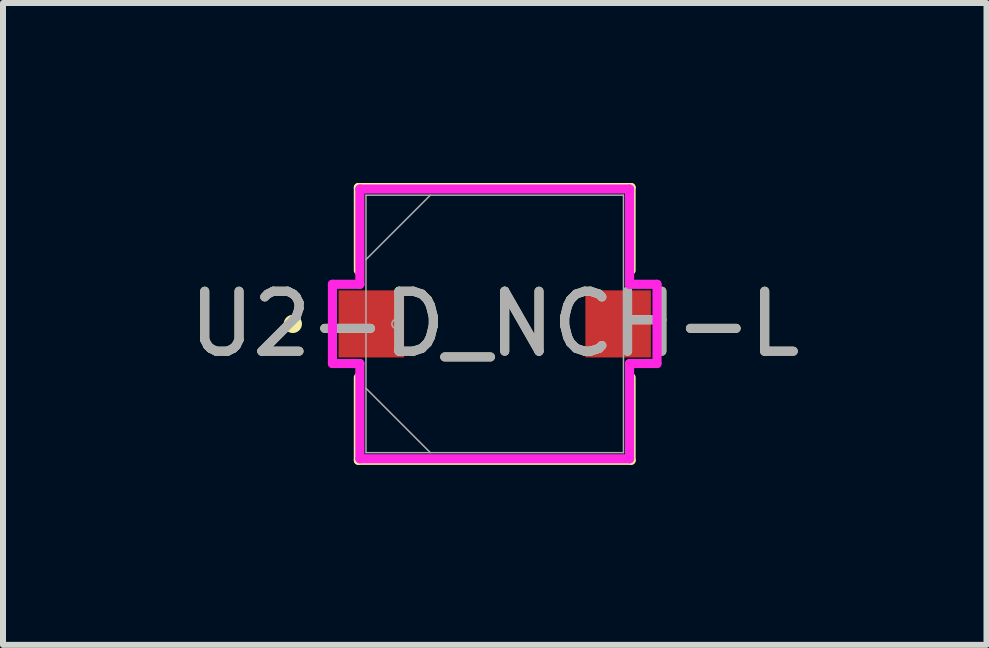
<source format=kicad_pcb>
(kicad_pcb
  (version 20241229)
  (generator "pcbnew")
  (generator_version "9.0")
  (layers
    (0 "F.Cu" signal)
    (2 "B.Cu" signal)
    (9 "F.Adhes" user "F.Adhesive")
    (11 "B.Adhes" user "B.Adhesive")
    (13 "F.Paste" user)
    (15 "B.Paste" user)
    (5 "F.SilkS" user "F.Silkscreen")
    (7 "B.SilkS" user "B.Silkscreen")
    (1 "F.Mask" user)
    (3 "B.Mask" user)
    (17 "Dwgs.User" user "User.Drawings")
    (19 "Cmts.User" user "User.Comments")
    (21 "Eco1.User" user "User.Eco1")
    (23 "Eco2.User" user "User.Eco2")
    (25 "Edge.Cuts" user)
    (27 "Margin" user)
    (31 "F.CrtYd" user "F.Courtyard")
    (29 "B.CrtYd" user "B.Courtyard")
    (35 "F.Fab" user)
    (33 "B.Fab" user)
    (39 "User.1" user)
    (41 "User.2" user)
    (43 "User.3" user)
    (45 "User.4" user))
  (footprint "U2-D_NCH-L"
    (layer "F.Cu")
    (at 5.196 2.349)
    (property "Reference" "U2-D_NCH-L" (at 0 0 0) (unlocked yes) (layer "F.SilkS") (effects (font (size 1 1) (thickness 0.15))))
    (attr smd)
    (fp_line (start -2.273 -2.273) (end -2.273 -0.892) (stroke (width 0.152) (type solid)) (layer "F.SilkS"))
    (fp_line (start -2.273 0.892) (end -2.273 2.273) (stroke (width 0.152) (type solid)) (layer "F.SilkS"))
    (fp_line (start -2.273 2.273) (end 2.273 2.273) (stroke (width 0.152) (type solid)) (layer "F.SilkS"))
    (fp_line (start 2.273 -2.273) (end -2.273 -2.273) (stroke (width 0.152) (type solid)) (layer "F.SilkS"))
    (fp_line (start 2.273 -0.892) (end 2.273 -2.273) (stroke (width 0.152) (type solid)) (layer "F.SilkS"))
    (fp_line (start 2.273 2.273) (end 2.273 0.892) (stroke (width 0.152) (type solid)) (layer "F.SilkS"))
    (fp_circle (center -3.365 0) (end -3.289 0) (stroke (width 0.152) (type solid)) (fill no) (layer "F.SilkS"))
    (fp_line (start -2.705 -0.66) (end -2.248 -0.66) (stroke (width 0.152) (type solid)) (layer "F.CrtYd"))
    (fp_line (start -2.705 0.66) (end -2.705 -0.66) (stroke (width 0.152) (type solid)) (layer "F.CrtYd"))
    (fp_line (start -2.248 -2.248) (end 2.248 -2.248) (stroke (width 0.152) (type solid)) (layer "F.CrtYd"))
    (fp_line (start -2.248 -0.66) (end -2.248 -2.248) (stroke (width 0.152) (type solid)) (layer "F.CrtYd"))
    (fp_line (start -2.248 0.66) (end -2.705 0.66) (stroke (width 0.152) (type solid)) (layer "F.CrtYd"))
    (fp_line (start -2.248 2.248) (end -2.248 0.66) (stroke (width 0.152) (type solid)) (layer "F.CrtYd"))
    (fp_line (start 2.248 -2.248) (end 2.248 -0.66) (stroke (width 0.152) (type solid)) (layer "F.CrtYd"))
    (fp_line (start 2.248 -0.66) (end 2.705 -0.66) (stroke (width 0.152) (type solid)) (layer "F.CrtYd"))
    (fp_line (start 2.248 0.66) (end 2.248 2.248) (stroke (width 0.152) (type solid)) (layer "F.CrtYd"))
    (fp_line (start 2.248 2.248) (end -2.248 2.248) (stroke (width 0.152) (type solid)) (layer "F.CrtYd"))
    (fp_line (start 2.705 -0.66) (end 2.705 0.66) (stroke (width 0.152) (type solid)) (layer "F.CrtYd"))
    (fp_line (start 2.705 0.66) (end 2.248 0.66) (stroke (width 0.152) (type solid)) (layer "F.CrtYd"))
    (fp_line (start -2.146 -2.146) (end -2.146 2.146) (stroke (width 0.025) (type solid)) (layer "F.Fab"))
    (fp_line (start -2.146 -1.073) (end -1.073 -2.146) (stroke (width 0.025) (type solid)) (layer "F.Fab"))
    (fp_line (start -2.146 1.073) (end -1.073 2.146) (stroke (width 0.025) (type solid)) (layer "F.Fab"))
    (fp_line (start -2.146 2.146) (end 2.146 2.146) (stroke (width 0.025) (type solid)) (layer "F.Fab"))
    (fp_line (start 2.146 -2.146) (end -2.146 -2.146) (stroke (width 0.025) (type solid)) (layer "F.Fab"))
    (fp_line (start 2.146 2.146) (end 2.146 -2.146) (stroke (width 0.025) (type solid)) (layer "F.Fab"))
    (fp_circle (center -1.638 0) (end -1.562 0) (stroke (width 0.025) (type solid)) (fill no) (layer "F.Fab"))
    (fp_text user "${REFERENCE}" (at 0 0 0) (unlocked yes) (layer "F.Fab") (effects (font (size 1 1) (thickness 0.15))))
    (pad "1" smd rect (at -2.057 0) (size 1.092 1.118) (layers "F.Cu" "F.Mask" "F.Paste"))
    (pad "2" smd rect (at 2.057 0) (size 1.092 1.118) (layers "F.Cu" "F.Mask" "F.Paste"))
    (zone (net_name "") (layer "F.Cu") (hatch full 0.508) (connect_pads) (min_thickness 0.254) (filled_areas_thickness no) (keepout (tracks not_allowed) (vias not_allowed) (pads allowed) (copperpour not_allowed) (footprints allowed)) (placement (enabled no)) (fill) (polygon (pts (xy 3.101 0.254) (xy 7.292 0.254) (xy 7.292 1.74) (xy 3.101 1.74))))
    (zone (net_name "") (layer "F.Cu") (hatch full 0.508) (connect_pads) (min_thickness 0.254) (filled_areas_thickness no) (keepout (tracks not_allowed) (vias not_allowed) (pads allowed) (copperpour not_allowed) (footprints allowed)) (placement (enabled no)) (fill) (polygon (pts (xy 3.101 2.959) (xy 7.292 2.959) (xy 7.292 4.445) (xy 3.101 4.445))))
    (zone (net_name "") (layer "F.Cu") (hatch full 0.508) (connect_pads) (min_thickness 0.254) (filled_areas_thickness no) (keepout (tracks not_allowed) (vias not_allowed) (pads allowed) (copperpour not_allowed) (footprints allowed)) (placement (enabled no)) (fill) (polygon (pts (xy 3.736 1.74) (xy 6.657 1.74) (xy 6.657 2.959) (xy 3.736 2.959)))))
  (gr_rect
    (start -3 -3)
    (end 13.393 7.699)
    (stroke (width 0.1) (type default))
    (fill no)
    (layer "Edge.Cuts")))
</source>
